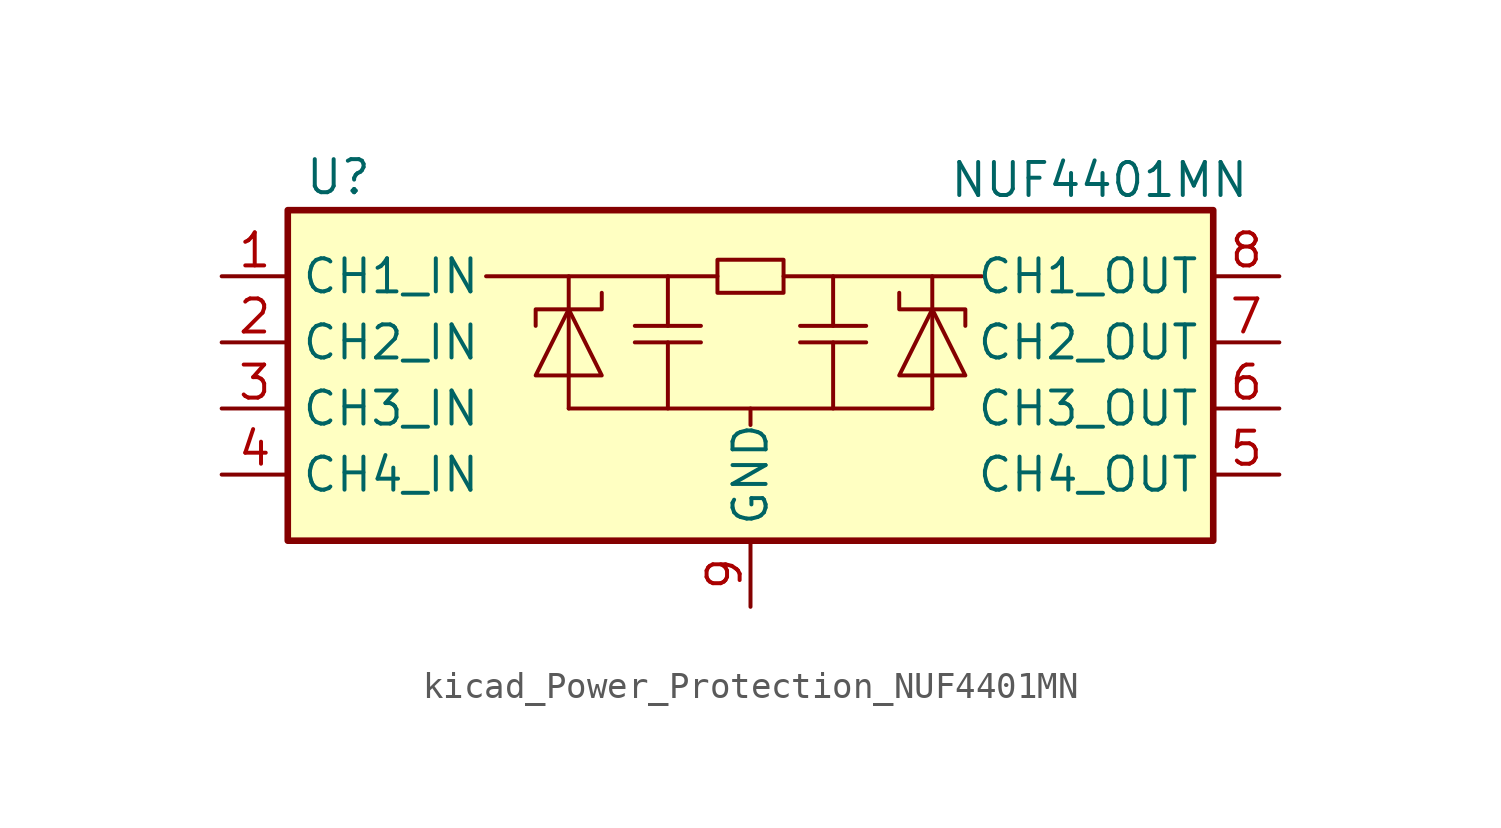
<source format=kicad_sym>
(kicad_symbol_lib
  (version 20220914)
  (generator kicad_symbol_editor)
  (symbol "kicad_Power_Protection_NUF4401MN"
    (property "Reference" "U"
      (at -17.145 8.89 0)
      (effects (font (size 1.27 1.27)) (justify left)))
    (property "Value" "NUF4401MN"
      (at 7.62 9.525 0)
      (effects (font (size 1.27 1.27)) (justify left top)))
    (symbol "kicad_Power_Protection_NUF4401MN_0_1"
      (rectangle (start -17.78 7.62) (end 17.78 -5.08) (stroke (width 0.254) (type default)) (fill (type background)))
      (polyline (pts (xy -6.985 0) (xy 6.985 0)) (stroke (width 0) (type default)) (fill (type none)))
      (polyline (pts (xy -6.985 3.81) (xy -6.985 5.08)) (stroke (width 0) (type default)) (fill (type none)))
      (polyline (pts (xy -4.445 3.175) (xy -1.905 3.175)) (stroke (width 0) (type default)) (fill (type none)))
      (polyline (pts (xy -3.175 2.54) (xy -3.175 0)) (stroke (width 0) (type default)) (fill (type none)))
      (polyline (pts (xy -3.175 5.08) (xy -3.175 3.175)) (stroke (width 0) (type default)) (fill (type none)))
      (polyline (pts (xy -1.905 2.54) (xy -4.445 2.54)) (stroke (width 0) (type default)) (fill (type none)))
      (polyline (pts (xy -1.27 5.08) (xy -10.16 5.08)) (stroke (width 0) (type default)) (fill (type none)))
      (polyline (pts (xy 0 0) (xy 0 -0.635)) (stroke (width 0) (type default)) (fill (type none)))
      (polyline (pts (xy 1.27 5.08) (xy 8.89 5.08)) (stroke (width 0) (type default)) (fill (type none)))
      (polyline (pts (xy 1.905 3.175) (xy 4.445 3.175)) (stroke (width 0) (type default)) (fill (type none)))
      (polyline (pts (xy 3.175 2.54) (xy 3.175 0)) (stroke (width 0) (type default)) (fill (type none)))
      (polyline (pts (xy 3.175 5.08) (xy 3.175 3.175)) (stroke (width 0) (type default)) (fill (type none)))
      (polyline (pts (xy 4.445 2.54) (xy 1.905 2.54)) (stroke (width 0) (type default)) (fill (type none)))
      (polyline (pts (xy 6.985 3.81) (xy 6.985 5.08)) (stroke (width 0) (type default)) (fill (type none)))
      (polyline (pts (xy -6.985 1.27) (xy -6.985 3.81) (xy -6.985 0)) (stroke (width 0) (type default)) (fill (type none)))
      (polyline (pts (xy 6.985 1.27) (xy 6.985 3.81) (xy 6.985 0)) (stroke (width 0) (type default)) (fill (type none)))
      (polyline (pts (xy -6.985 3.81) (xy -5.715 1.27) (xy -8.255 1.27) (xy -6.985 3.81)) (stroke (width 0) (type default)) (fill (type none)))
      (polyline (pts (xy -5.715 4.445) (xy -5.715 3.81) (xy -8.255 3.81) (xy -8.255 3.175)) (stroke (width 0) (type default)) (fill (type none)))
      (polyline (pts (xy 5.715 4.445) (xy 5.715 3.81) (xy 8.255 3.81) (xy 8.255 3.175)) (stroke (width 0) (type default)) (fill (type none)))
      (polyline (pts (xy 6.985 3.81) (xy 5.715 1.27) (xy 8.255 1.27) (xy 6.985 3.81)) (stroke (width 0) (type default)) (fill (type none)))
      (polyline (pts (xy -1.27 5.08) (xy -1.27 4.445) (xy 1.27 4.445) (xy 1.27 5.715) (xy -1.27 5.715) (xy -1.27 5.08)) (stroke (width 0) (type default)) (fill (type none))))
    (symbol "kicad_Power_Protection_NUF4401MN_1_1"
      (pin passive line (at -20.32 5.08 0) (length 2.54) (name "CH1_IN" (effects (font (size 1.27 1.27)))) (number "1" (effects (font (size 1.27 1.27)))))
      (pin passive line (at -20.32 2.54 0) (length 2.54) (name "CH2_IN" (effects (font (size 1.27 1.27)))) (number "2" (effects (font (size 1.27 1.27)))))
      (pin passive line (at -20.32 0 0) (length 2.54) (name "CH3_IN" (effects (font (size 1.27 1.27)))) (number "3" (effects (font (size 1.27 1.27)))))
      (pin passive line (at -20.32 -2.54 0) (length 2.54) (name "CH4_IN" (effects (font (size 1.27 1.27)))) (number "4" (effects (font (size 1.27 1.27)))))
      (pin passive line (at 20.32 -2.54 180) (length 2.54) (name "CH4_OUT" (effects (font (size 1.27 1.27)))) (number "5" (effects (font (size 1.27 1.27)))))
      (pin passive line (at 20.32 0 180) (length 2.54) (name "CH3_OUT" (effects (font (size 1.27 1.27)))) (number "6" (effects (font (size 1.27 1.27)))))
      (pin passive line (at 20.32 2.54 180) (length 2.54) (name "CH2_OUT" (effects (font (size 1.27 1.27)))) (number "7" (effects (font (size 1.27 1.27)))))
      (pin passive line (at 20.32 5.08 180) (length 2.54) (name "CH1_OUT" (effects (font (size 1.27 1.27)))) (number "8" (effects (font (size 1.27 1.27)))))
      (pin power_in line (at 0 -7.62 90) (length 2.54) (name "GND" (effects (font (size 1.27 1.27)))) (number "9" (effects (font (size 1.27 1.27))))))))
</source>
